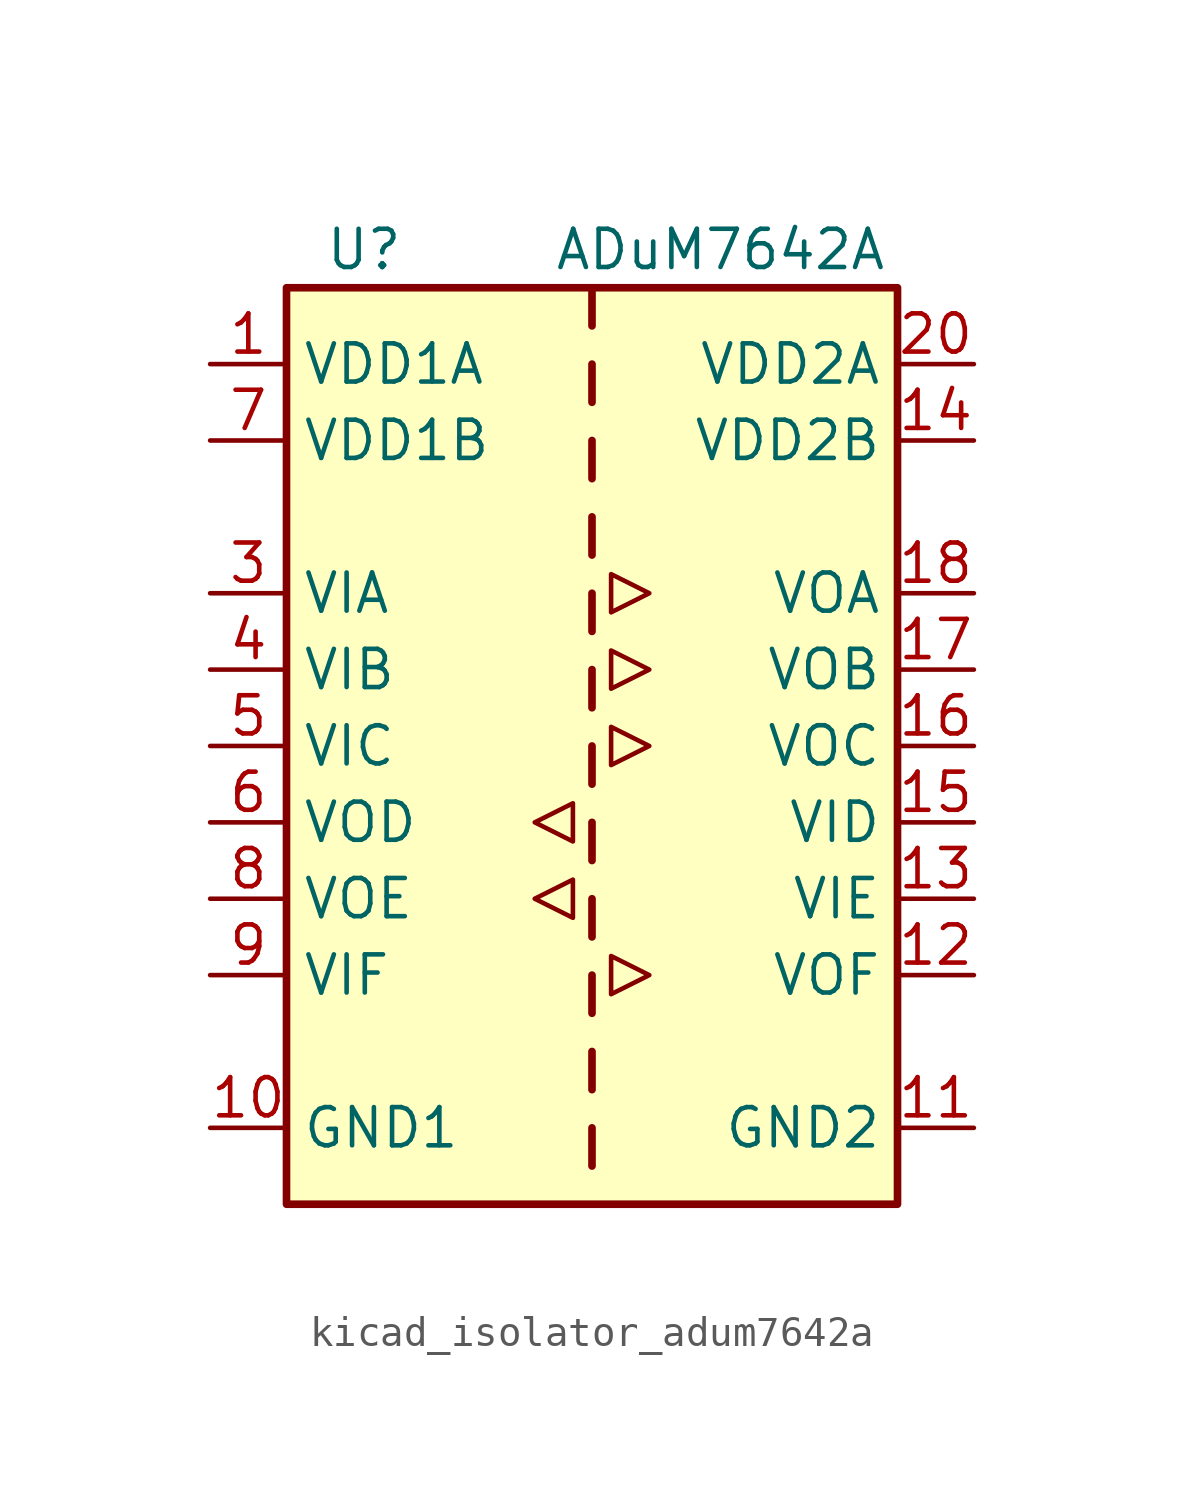
<source format=kicad_sym>
(kicad_symbol_lib
  (version 20220914)
  (generator kicad_symbol_editor)
  (symbol "kicad_isolator_adum7642a"
    (property "Reference" "U"
      (at -8.89 16.51 0)
      (effects (font (size 1.27 1.27)) (justify left)))
    (property "Value" "ADuM7642A"
      (at -1.27 16.51 0)
      (effects (font (size 1.27 1.27)) (justify left)))
    (symbol "kicad_isolator_adum7642a_0_1"
      (polyline (pts (xy -1.905 -5.08) (xy -0.635 -4.445) (xy -0.635 -5.715) (xy -1.905 -5.08)) (stroke (width 0) (type default)) (fill (type none)))
      (polyline (pts (xy -1.905 -2.54) (xy -0.635 -1.905) (xy -0.635 -3.175) (xy -1.905 -2.54)) (stroke (width 0) (type default)) (fill (type none)))
      (polyline (pts (xy 0.635 -6.985) (xy 0.635 -8.255) (xy 1.905 -7.62) (xy 0.635 -6.985)) (stroke (width 0) (type default)) (fill (type none)))
      (polyline (pts (xy 0.635 3.175) (xy 0.635 1.905) (xy 1.905 2.54) (xy 0.635 3.175)) (stroke (width 0) (type default)) (fill (type none)))
      (polyline (pts (xy 0.635 5.715) (xy 0.635 4.445) (xy 1.905 5.08) (xy 0.635 5.715)) (stroke (width 0) (type default)) (fill (type none)))
      (polyline (pts (xy 1.905 0) (xy 0.635 -0.635) (xy 0.635 0.635) (xy 1.905 0)) (stroke (width 0) (type default)) (fill (type none))))
    (symbol "kicad_isolator_adum7642a_1_1"
      (rectangle (start -10.16 15.24) (end 10.16 -15.24) (stroke (width 0.254) (type default)) (fill (type background)))
      (polyline (pts (xy 0 -12.7) (xy 0 -13.97)) (stroke (width 0.254) (type default)) (fill (type none)))
      (polyline (pts (xy 0 -10.16) (xy 0 -11.43)) (stroke (width 0.254) (type default)) (fill (type none)))
      (polyline (pts (xy 0 -7.62) (xy 0 -8.89)) (stroke (width 0.254) (type default)) (fill (type none)))
      (polyline (pts (xy 0 -5.08) (xy 0 -6.35)) (stroke (width 0.254) (type default)) (fill (type none)))
      (polyline (pts (xy 0 -2.54) (xy 0 -3.81)) (stroke (width 0.254) (type default)) (fill (type none)))
      (polyline (pts (xy 0 0) (xy 0 -1.27)) (stroke (width 0.254) (type default)) (fill (type none)))
      (polyline (pts (xy 0 2.54) (xy 0 1.27)) (stroke (width 0.254) (type default)) (fill (type none)))
      (polyline (pts (xy 0 5.08) (xy 0 3.81)) (stroke (width 0.254) (type default)) (fill (type none)))
      (polyline (pts (xy 0 7.62) (xy 0 6.35)) (stroke (width 0.254) (type default)) (fill (type none)))
      (polyline (pts (xy 0 10.16) (xy 0 8.89)) (stroke (width 0.254) (type default)) (fill (type none)))
      (polyline (pts (xy 0 12.7) (xy 0 11.43)) (stroke (width 0.254) (type default)) (fill (type none)))
      (polyline (pts (xy 0 15.24) (xy 0 13.97)) (stroke (width 0.254) (type default)) (fill (type none)))
      (pin power_in line (at -12.7 12.7 0) (length 2.54) (name "VDD1A" (effects (font (size 1.27 1.27)))) (number "1" (effects (font (size 1.27 1.27)))))
      (pin power_in line (at -12.7 -12.7 0) (length 2.54) (name "GND1" (effects (font (size 1.27 1.27)))) (number "10" (effects (font (size 1.27 1.27)))))
      (pin power_in line (at 12.7 -12.7 180) (length 2.54) (name "GND2" (effects (font (size 1.27 1.27)))) (number "11" (effects (font (size 1.27 1.27)))))
      (pin output line (at 12.7 -7.62 180) (length 2.54) (name "VOF" (effects (font (size 1.27 1.27)))) (number "12" (effects (font (size 1.27 1.27)))))
      (pin input line (at 12.7 -5.08 180) (length 2.54) (name "VIE" (effects (font (size 1.27 1.27)))) (number "13" (effects (font (size 1.27 1.27)))))
      (pin power_in line (at 12.7 10.16 180) (length 2.54) (name "VDD2B" (effects (font (size 1.27 1.27)))) (number "14" (effects (font (size 1.27 1.27)))))
      (pin input line (at 12.7 -2.54 180) (length 2.54) (name "VID" (effects (font (size 1.27 1.27)))) (number "15" (effects (font (size 1.27 1.27)))))
      (pin output line (at 12.7 0 180) (length 2.54) (name "VOC" (effects (font (size 1.27 1.27)))) (number "16" (effects (font (size 1.27 1.27)))))
      (pin output line (at 12.7 2.54 180) (length 2.54) (name "VOB" (effects (font (size 1.27 1.27)))) (number "17" (effects (font (size 1.27 1.27)))))
      (pin output line (at 12.7 5.08 180) (length 2.54) (name "VOA" (effects (font (size 1.27 1.27)))) (number "18" (effects (font (size 1.27 1.27)))))
      (pin passive line (at 12.7 -12.7 180) (length 2.54) hide (name "GND2" (effects (font (size 1.27 1.27)))) (number "19" (effects (font (size 1.27 1.27)))))
      (pin passive line (at -12.7 -12.7 0) (length 2.54) hide (name "GND1" (effects (font (size 1.27 1.27)))) (number "2" (effects (font (size 1.27 1.27)))))
      (pin power_in line (at 12.7 12.7 180) (length 2.54) (name "VDD2A" (effects (font (size 1.27 1.27)))) (number "20" (effects (font (size 1.27 1.27)))))
      (pin input line (at -12.7 5.08 0) (length 2.54) (name "VIA" (effects (font (size 1.27 1.27)))) (number "3" (effects (font (size 1.27 1.27)))))
      (pin input line (at -12.7 2.54 0) (length 2.54) (name "VIB" (effects (font (size 1.27 1.27)))) (number "4" (effects (font (size 1.27 1.27)))))
      (pin input line (at -12.7 0 0) (length 2.54) (name "VIC" (effects (font (size 1.27 1.27)))) (number "5" (effects (font (size 1.27 1.27)))))
      (pin output line (at -12.7 -2.54 0) (length 2.54) (name "VOD" (effects (font (size 1.27 1.27)))) (number "6" (effects (font (size 1.27 1.27)))))
      (pin power_in line (at -12.7 10.16 0) (length 2.54) (name "VDD1B" (effects (font (size 1.27 1.27)))) (number "7" (effects (font (size 1.27 1.27)))))
      (pin output line (at -12.7 -5.08 0) (length 2.54) (name "VOE" (effects (font (size 1.27 1.27)))) (number "8" (effects (font (size 1.27 1.27)))))
      (pin input line (at -12.7 -7.62 0) (length 2.54) (name "VIF" (effects (font (size 1.27 1.27)))) (number "9" (effects (font (size 1.27 1.27))))))))
</source>
